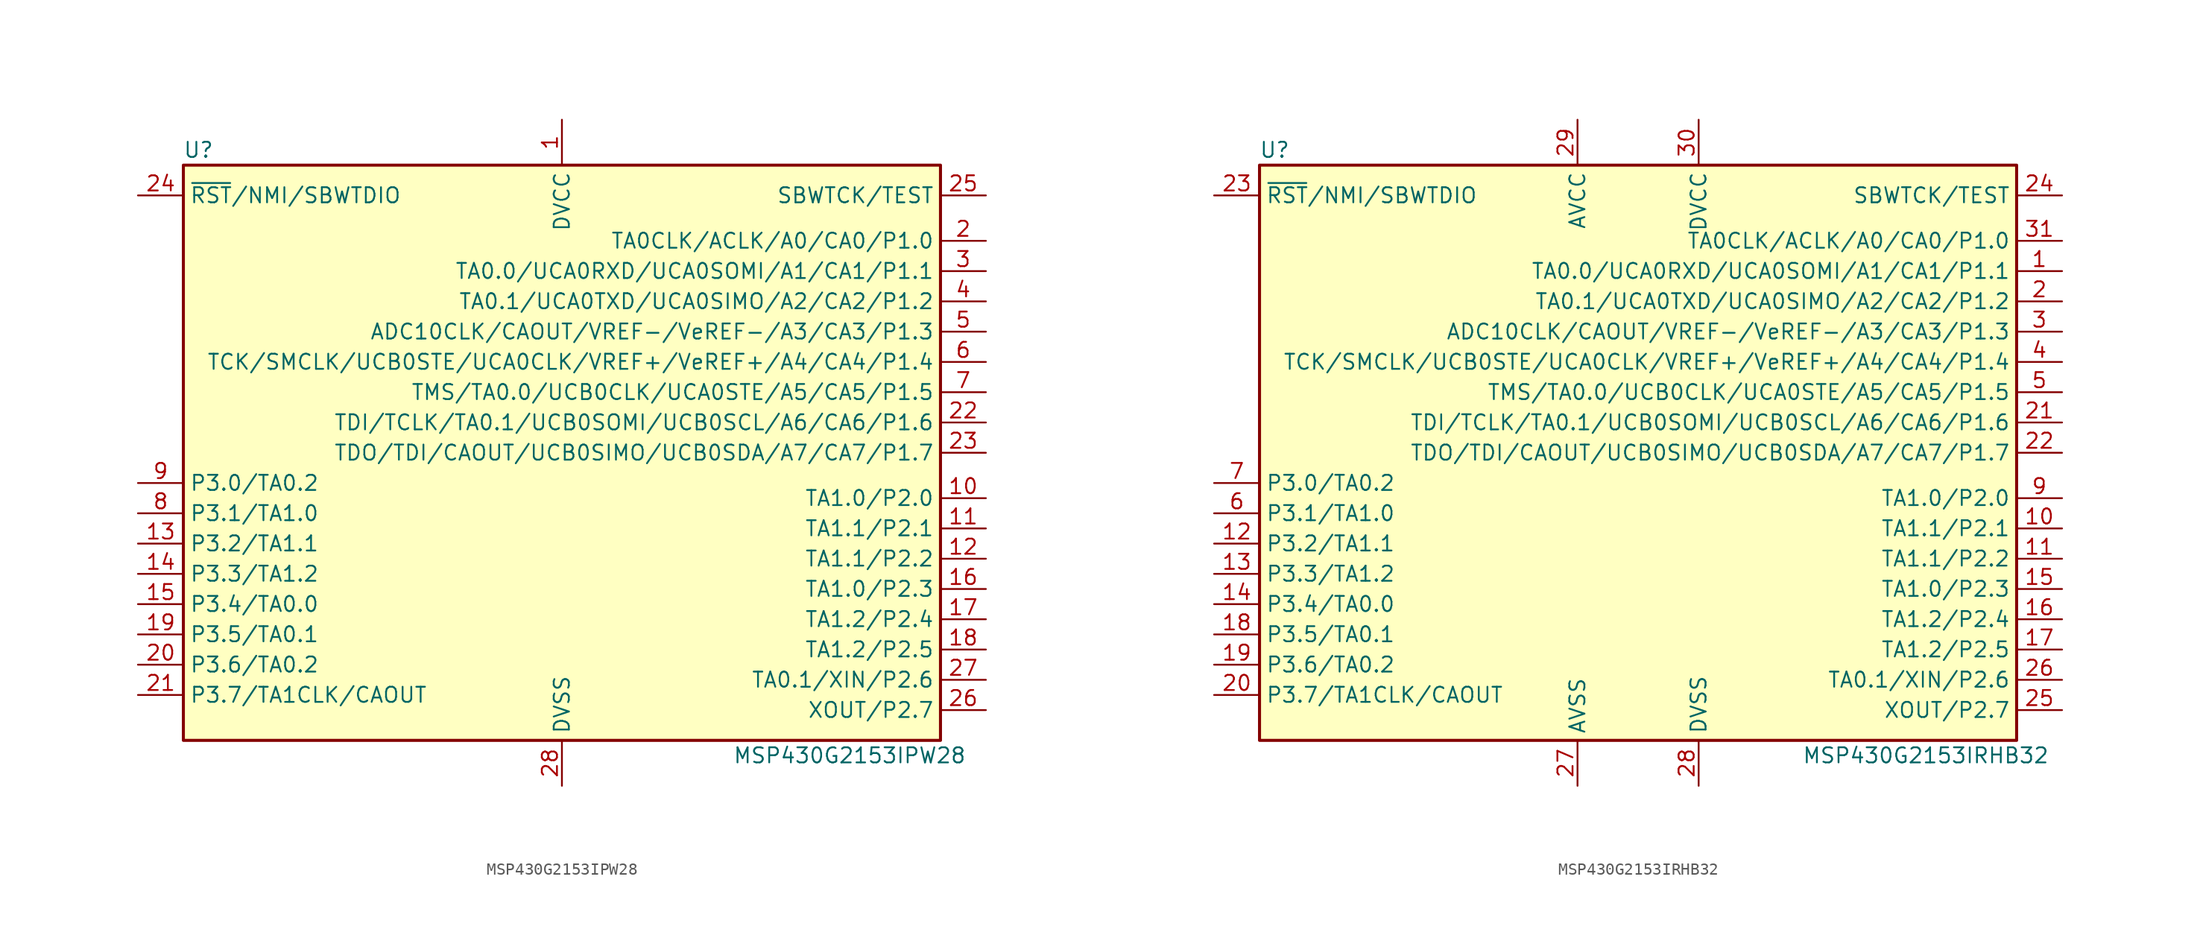
<source format=kicad_sym>
(kicad_symbol_lib
  (version 20231120)
  (generator "kicad_symbol_editor")
  (generator_version "8.0")
  (symbol "MSP430G2153IPW28"
    (property "Reference" "U"
      (at -30.48 25.4 0)
      (effects (font (size 1.27 1.27))))
    (property "Value" "MSP430G2153IPW28"
      (at 24.13 -25.4 0)
      (effects (font (size 1.27 1.27))))
    (symbol "MSP430G2153IPW28_0_1"
      (rectangle (start -31.75 24.13) (end 31.75 -24.13) (stroke (width 0.254) (type default)) (fill (type background))))
    (symbol "MSP430G2153IPW28_1_1"
      (pin power_in line (at 0 27.94 270) (length 3.81) (name "DVCC" (effects (font (size 1.27 1.27)))) (number "1" (effects (font (size 1.27 1.27)))))
      (pin bidirectional line (at 35.56 -3.81 180) (length 3.81) (name "TA1.0/P2.0" (effects (font (size 1.27 1.27)))) (number "10" (effects (font (size 1.27 1.27)))))
      (pin bidirectional line (at 35.56 -6.35 180) (length 3.81) (name "TA1.1/P2.1" (effects (font (size 1.27 1.27)))) (number "11" (effects (font (size 1.27 1.27)))))
      (pin bidirectional line (at 35.56 -8.89 180) (length 3.81) (name "TA1.1/P2.2" (effects (font (size 1.27 1.27)))) (number "12" (effects (font (size 1.27 1.27)))))
      (pin bidirectional line (at -35.56 -7.62 0) (length 3.81) (name "P3.2/TA1.1" (effects (font (size 1.27 1.27)))) (number "13" (effects (font (size 1.27 1.27)))))
      (pin bidirectional line (at -35.56 -10.16 0) (length 3.81) (name "P3.3/TA1.2" (effects (font (size 1.27 1.27)))) (number "14" (effects (font (size 1.27 1.27)))))
      (pin bidirectional line (at -35.56 -12.7 0) (length 3.81) (name "P3.4/TA0.0" (effects (font (size 1.27 1.27)))) (number "15" (effects (font (size 1.27 1.27)))))
      (pin bidirectional line (at 35.56 -11.43 180) (length 3.81) (name "TA1.0/P2.3" (effects (font (size 1.27 1.27)))) (number "16" (effects (font (size 1.27 1.27)))))
      (pin bidirectional line (at 35.56 -13.97 180) (length 3.81) (name "TA1.2/P2.4" (effects (font (size 1.27 1.27)))) (number "17" (effects (font (size 1.27 1.27)))))
      (pin bidirectional line (at 35.56 -16.51 180) (length 3.81) (name "TA1.2/P2.5" (effects (font (size 1.27 1.27)))) (number "18" (effects (font (size 1.27 1.27)))))
      (pin bidirectional line (at -35.56 -15.24 0) (length 3.81) (name "P3.5/TA0.1" (effects (font (size 1.27 1.27)))) (number "19" (effects (font (size 1.27 1.27)))))
      (pin bidirectional line (at 35.56 17.78 180) (length 3.81) (name "TA0CLK/ACLK/A0/CA0/P1.0" (effects (font (size 1.27 1.27)))) (number "2" (effects (font (size 1.27 1.27)))))
      (pin bidirectional line (at -35.56 -17.78 0) (length 3.81) (name "P3.6/TA0.2" (effects (font (size 1.27 1.27)))) (number "20" (effects (font (size 1.27 1.27)))))
      (pin bidirectional line (at -35.56 -20.32 0) (length 3.81) (name "P3.7/TA1CLK/CAOUT" (effects (font (size 1.27 1.27)))) (number "21" (effects (font (size 1.27 1.27)))))
      (pin bidirectional line (at 35.56 2.54 180) (length 3.81) (name "TDI/TCLK/TA0.1/UCB0SOMI/UCB0SCL/A6/CA6/P1.6" (effects (font (size 1.27 1.27)))) (number "22" (effects (font (size 1.27 1.27)))))
      (pin bidirectional line (at 35.56 0 180) (length 3.81) (name "TDO/TDI/CAOUT/UCB0SIMO/UCB0SDA/A7/CA7/P1.7" (effects (font (size 1.27 1.27)))) (number "23" (effects (font (size 1.27 1.27)))))
      (pin input line (at -35.56 21.59 0) (length 3.81) (name "~{RST}/NMI/SBWTDIO" (effects (font (size 1.27 1.27)))) (number "24" (effects (font (size 1.27 1.27)))))
      (pin input line (at 35.56 21.59 180) (length 3.81) (name "SBWTCK/TEST" (effects (font (size 1.27 1.27)))) (number "25" (effects (font (size 1.27 1.27)))))
      (pin bidirectional line (at 35.56 -21.59 180) (length 3.81) (name "XOUT/P2.7" (effects (font (size 1.27 1.27)))) (number "26" (effects (font (size 1.27 1.27)))))
      (pin bidirectional line (at 35.56 -19.05 180) (length 3.81) (name "TA0.1/XIN/P2.6" (effects (font (size 1.27 1.27)))) (number "27" (effects (font (size 1.27 1.27)))))
      (pin power_in line (at 0 -27.94 90) (length 3.81) (name "DVSS" (effects (font (size 1.27 1.27)))) (number "28" (effects (font (size 1.27 1.27)))))
      (pin bidirectional line (at 35.56 15.24 180) (length 3.81) (name "TA0.0/UCA0RXD/UCA0SOMI/A1/CA1/P1.1" (effects (font (size 1.27 1.27)))) (number "3" (effects (font (size 1.27 1.27)))))
      (pin bidirectional line (at 35.56 12.7 180) (length 3.81) (name "TA0.1/UCA0TXD/UCA0SIMO/A2/CA2/P1.2" (effects (font (size 1.27 1.27)))) (number "4" (effects (font (size 1.27 1.27)))))
      (pin bidirectional line (at 35.56 10.16 180) (length 3.81) (name "ADC10CLK/CAOUT/VREF-/VeREF-/A3/CA3/P1.3" (effects (font (size 1.27 1.27)))) (number "5" (effects (font (size 1.27 1.27)))))
      (pin bidirectional line (at 35.56 7.62 180) (length 3.81) (name "TCK/SMCLK/UCB0STE/UCA0CLK/VREF+/VeREF+/A4/CA4/P1.4" (effects (font (size 1.27 1.27)))) (number "6" (effects (font (size 1.27 1.27)))))
      (pin bidirectional line (at 35.56 5.08 180) (length 3.81) (name "TMS/TA0.0/UCB0CLK/UCA0STE/A5/CA5/P1.5" (effects (font (size 1.27 1.27)))) (number "7" (effects (font (size 1.27 1.27)))))
      (pin bidirectional line (at -35.56 -5.08 0) (length 3.81) (name "P3.1/TA1.0" (effects (font (size 1.27 1.27)))) (number "8" (effects (font (size 1.27 1.27)))))
      (pin bidirectional line (at -35.56 -2.54 0) (length 3.81) (name "P3.0/TA0.2" (effects (font (size 1.27 1.27)))) (number "9" (effects (font (size 1.27 1.27)))))))
  (symbol "MSP430G2153IRHB32"
    (property "Reference" "U"
      (at -30.48 25.4 0)
      (effects (font (size 1.27 1.27))))
    (property "Value" "MSP430G2153IRHB32"
      (at 24.13 -25.4 0)
      (effects (font (size 1.27 1.27))))
    (symbol "MSP430G2153IRHB32_0_1"
      (rectangle (start -31.75 24.13) (end 31.75 -24.13) (stroke (width 0.254) (type default)) (fill (type background))))
    (symbol "MSP430G2153IRHB32_1_1"
      (pin bidirectional line (at 35.56 15.24 180) (length 3.81) (name "TA0.0/UCA0RXD/UCA0SOMI/A1/CA1/P1.1" (effects (font (size 1.27 1.27)))) (number "1" (effects (font (size 1.27 1.27)))))
      (pin bidirectional line (at 35.56 -6.35 180) (length 3.81) (name "TA1.1/P2.1" (effects (font (size 1.27 1.27)))) (number "10" (effects (font (size 1.27 1.27)))))
      (pin bidirectional line (at 35.56 -8.89 180) (length 3.81) (name "TA1.1/P2.2" (effects (font (size 1.27 1.27)))) (number "11" (effects (font (size 1.27 1.27)))))
      (pin bidirectional line (at -35.56 -7.62 0) (length 3.81) (name "P3.2/TA1.1" (effects (font (size 1.27 1.27)))) (number "12" (effects (font (size 1.27 1.27)))))
      (pin bidirectional line (at -35.56 -10.16 0) (length 3.81) (name "P3.3/TA1.2" (effects (font (size 1.27 1.27)))) (number "13" (effects (font (size 1.27 1.27)))))
      (pin bidirectional line (at -35.56 -12.7 0) (length 3.81) (name "P3.4/TA0.0" (effects (font (size 1.27 1.27)))) (number "14" (effects (font (size 1.27 1.27)))))
      (pin bidirectional line (at 35.56 -11.43 180) (length 3.81) (name "TA1.0/P2.3" (effects (font (size 1.27 1.27)))) (number "15" (effects (font (size 1.27 1.27)))))
      (pin bidirectional line (at 35.56 -13.97 180) (length 3.81) (name "TA1.2/P2.4" (effects (font (size 1.27 1.27)))) (number "16" (effects (font (size 1.27 1.27)))))
      (pin bidirectional line (at 35.56 -16.51 180) (length 3.81) (name "TA1.2/P2.5" (effects (font (size 1.27 1.27)))) (number "17" (effects (font (size 1.27 1.27)))))
      (pin bidirectional line (at -35.56 -15.24 0) (length 3.81) (name "P3.5/TA0.1" (effects (font (size 1.27 1.27)))) (number "18" (effects (font (size 1.27 1.27)))))
      (pin bidirectional line (at -35.56 -17.78 0) (length 3.81) (name "P3.6/TA0.2" (effects (font (size 1.27 1.27)))) (number "19" (effects (font (size 1.27 1.27)))))
      (pin bidirectional line (at 35.56 12.7 180) (length 3.81) (name "TA0.1/UCA0TXD/UCA0SIMO/A2/CA2/P1.2" (effects (font (size 1.27 1.27)))) (number "2" (effects (font (size 1.27 1.27)))))
      (pin bidirectional line (at -35.56 -20.32 0) (length 3.81) (name "P3.7/TA1CLK/CAOUT" (effects (font (size 1.27 1.27)))) (number "20" (effects (font (size 1.27 1.27)))))
      (pin bidirectional line (at 35.56 2.54 180) (length 3.81) (name "TDI/TCLK/TA0.1/UCB0SOMI/UCB0SCL/A6/CA6/P1.6" (effects (font (size 1.27 1.27)))) (number "21" (effects (font (size 1.27 1.27)))))
      (pin bidirectional line (at 35.56 0 180) (length 3.81) (name "TDO/TDI/CAOUT/UCB0SIMO/UCB0SDA/A7/CA7/P1.7" (effects (font (size 1.27 1.27)))) (number "22" (effects (font (size 1.27 1.27)))))
      (pin input line (at -35.56 21.59 0) (length 3.81) (name "~{RST}/NMI/SBWTDIO" (effects (font (size 1.27 1.27)))) (number "23" (effects (font (size 1.27 1.27)))))
      (pin input line (at 35.56 21.59 180) (length 3.81) (name "SBWTCK/TEST" (effects (font (size 1.27 1.27)))) (number "24" (effects (font (size 1.27 1.27)))))
      (pin bidirectional line (at 35.56 -21.59 180) (length 3.81) (name "XOUT/P2.7" (effects (font (size 1.27 1.27)))) (number "25" (effects (font (size 1.27 1.27)))))
      (pin bidirectional line (at 35.56 -19.05 180) (length 3.81) (name "TA0.1/XIN/P2.6" (effects (font (size 1.27 1.27)))) (number "26" (effects (font (size 1.27 1.27)))))
      (pin power_in line (at -5.08 -27.94 90) (length 3.81) (name "AVSS" (effects (font (size 1.27 1.27)))) (number "27" (effects (font (size 1.27 1.27)))))
      (pin power_in line (at 5.08 -27.94 90) (length 3.81) (name "DVSS" (effects (font (size 1.27 1.27)))) (number "28" (effects (font (size 1.27 1.27)))))
      (pin power_in line (at -5.08 27.94 270) (length 3.81) (name "AVCC" (effects (font (size 1.27 1.27)))) (number "29" (effects (font (size 1.27 1.27)))))
      (pin bidirectional line (at 35.56 10.16 180) (length 3.81) (name "ADC10CLK/CAOUT/VREF-/VeREF-/A3/CA3/P1.3" (effects (font (size 1.27 1.27)))) (number "3" (effects (font (size 1.27 1.27)))))
      (pin power_in line (at 5.08 27.94 270) (length 3.81) (name "DVCC" (effects (font (size 1.27 1.27)))) (number "30" (effects (font (size 1.27 1.27)))))
      (pin bidirectional line (at 35.56 17.78 180) (length 3.81) (name "TA0CLK/ACLK/A0/CA0/P1.0" (effects (font (size 1.27 1.27)))) (number "31" (effects (font (size 1.27 1.27)))))
      (pin bidirectional line (at 35.56 7.62 180) (length 3.81) (name "TCK/SMCLK/UCB0STE/UCA0CLK/VREF+/VeREF+/A4/CA4/P1.4" (effects (font (size 1.27 1.27)))) (number "4" (effects (font (size 1.27 1.27)))))
      (pin bidirectional line (at 35.56 5.08 180) (length 3.81) (name "TMS/TA0.0/UCB0CLK/UCA0STE/A5/CA5/P1.5" (effects (font (size 1.27 1.27)))) (number "5" (effects (font (size 1.27 1.27)))))
      (pin bidirectional line (at -35.56 -5.08 0) (length 3.81) (name "P3.1/TA1.0" (effects (font (size 1.27 1.27)))) (number "6" (effects (font (size 1.27 1.27)))))
      (pin bidirectional line (at -35.56 -2.54 0) (length 3.81) (name "P3.0/TA0.2" (effects (font (size 1.27 1.27)))) (number "7" (effects (font (size 1.27 1.27)))))
      (pin bidirectional line (at 35.56 -3.81 180) (length 3.81) (name "TA1.0/P2.0" (effects (font (size 1.27 1.27)))) (number "9" (effects (font (size 1.27 1.27))))))))
</source>
